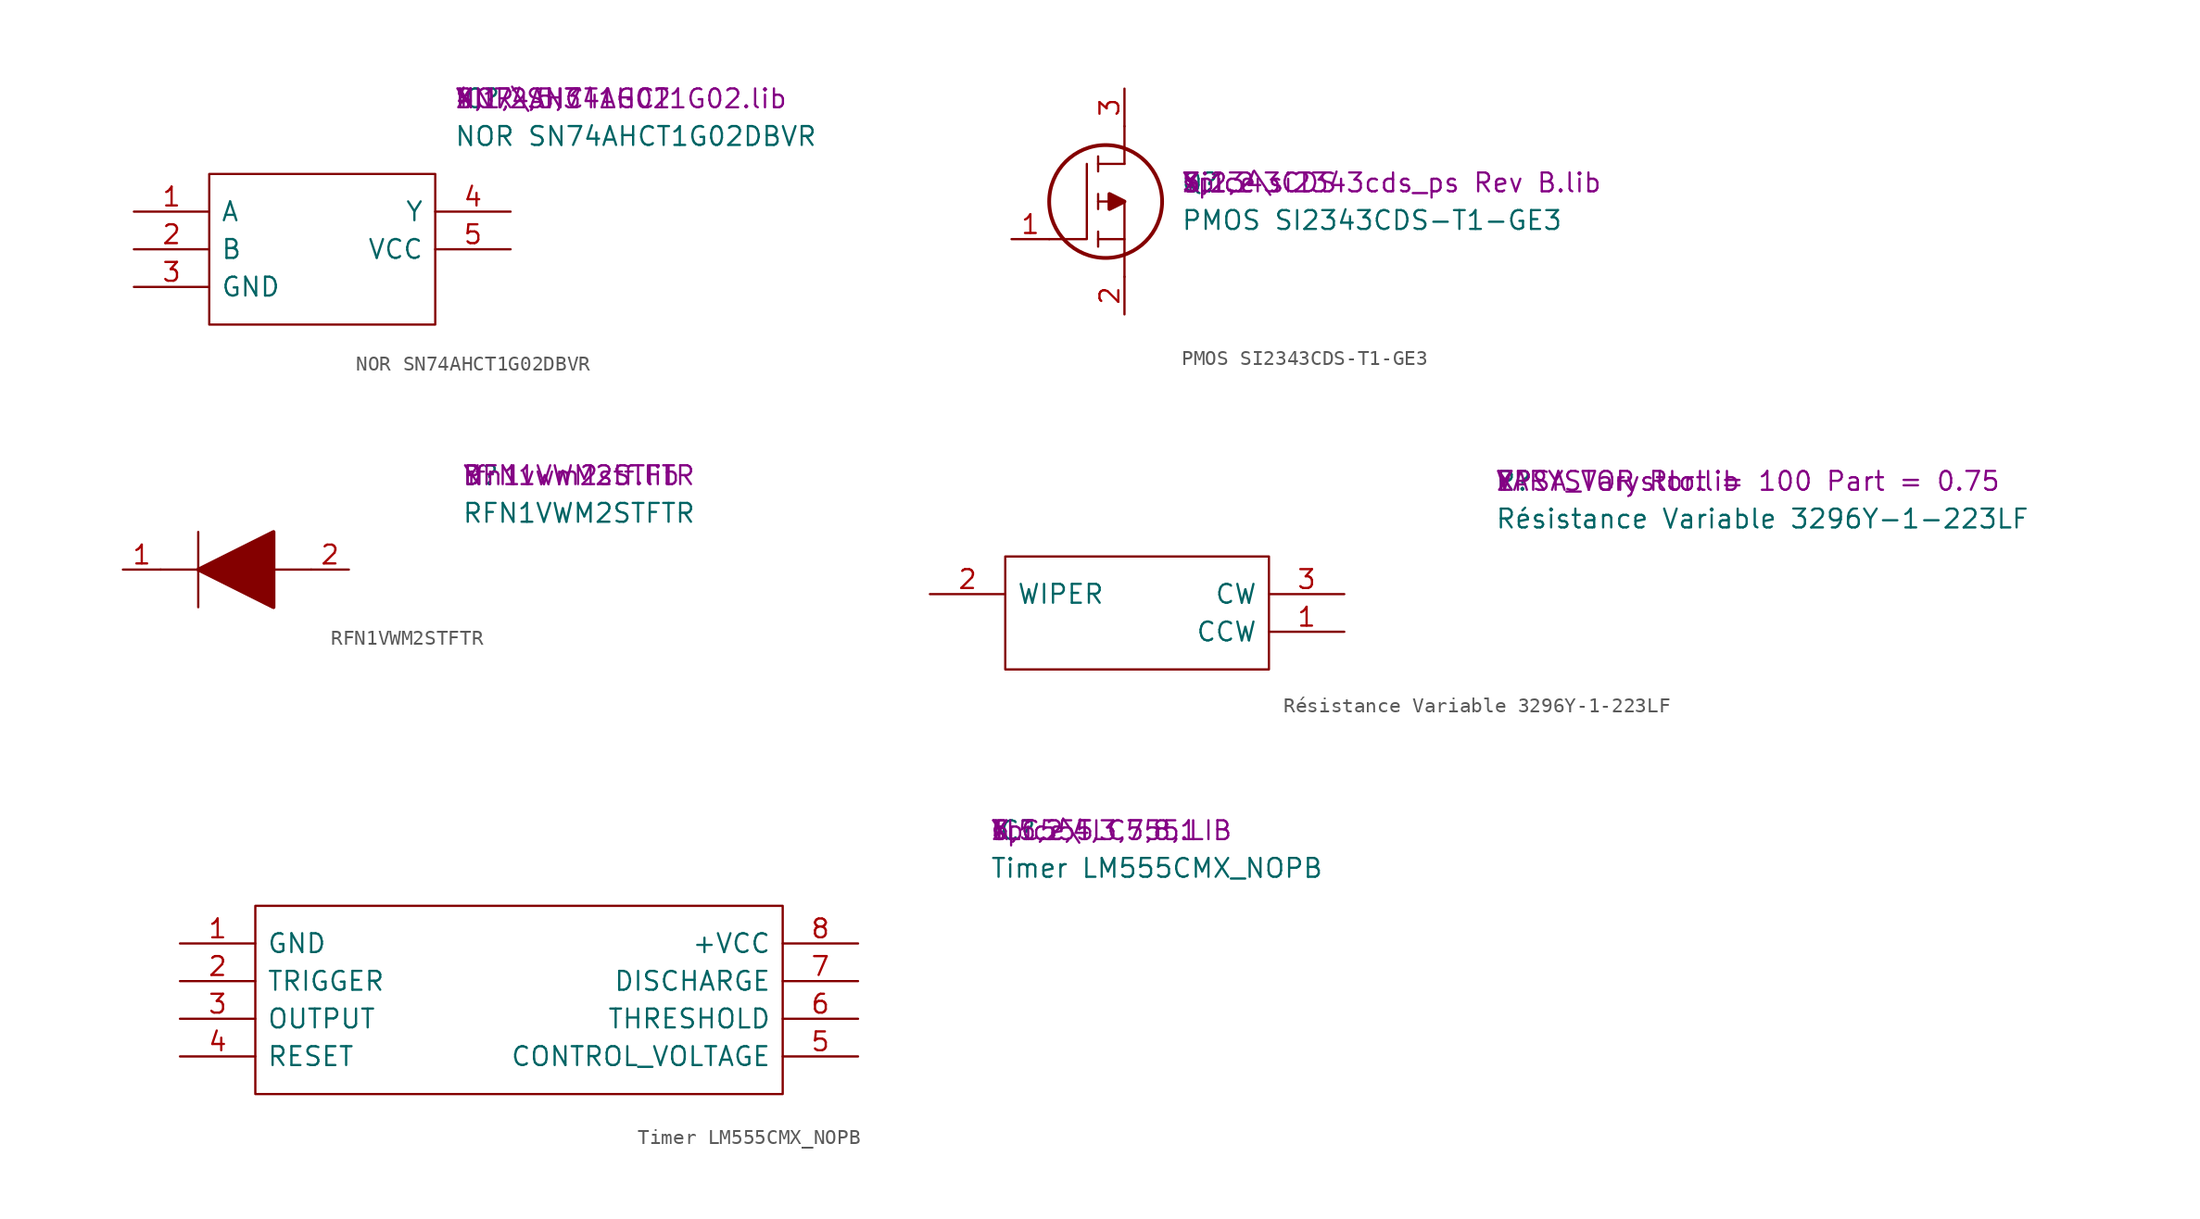
<source format=kicad_sym>
(kicad_symbol_lib
  (version 20211014)
  (generator kicad_symbol_editor)
  (symbol "NOR SN74AHCT1G02DBVR"
    (pin_names
      (offset 0.762))
    (property "Reference" "IC"
      (at 21.59 7.62 0)
      (effects (font (size 1.27 1.27)) (justify left)))
    (property "Value" "NOR SN74AHCT1G02DBVR"
      (at 21.59 5.08 0)
      (effects (font (size 1.27 1.27)) (justify left)))
    (property "Spice_Primitive" "X"
      (at 21.59 7.62 0)
      (effects (font (size 1.27 1.27)) (justify left)))
    (property "Spice_Model" "SN74AHCT1G02"
      (at 21.59 7.62 0)
      (effects (font (size 1.27 1.27)) (justify left)))
    (property "Spice_Netlist_Enabled" "Y"
      (at 21.59 7.62 0)
      (effects (font (size 1.27 1.27)) (justify left)))
    (property "Spice_Node_Sequence" "4,1,2,5,3"
      (at 21.59 7.62 0)
      (effects (font (size 1.27 1.27)) (justify left)))
    (property "Spice_Lib_File" "NOR\\SN74AHCT1G02.lib"
      (at 21.59 7.62 0)
      (effects (font (size 1.27 1.27)) (justify left)))
    (symbol "NOR SN74AHCT1G02DBVR_0_0"
      (pin passive line (at 0 0 0) (length 5.08) (name "A" (effects (font (size 1.27 1.27)))) (number "1" (effects (font (size 1.27 1.27)))))
      (pin passive line (at 0 -2.54 0) (length 5.08) (name "B" (effects (font (size 1.27 1.27)))) (number "2" (effects (font (size 1.27 1.27)))))
      (pin passive line (at 0 -5.08 0) (length 5.08) (name "GND" (effects (font (size 1.27 1.27)))) (number "3" (effects (font (size 1.27 1.27)))))
      (pin passive line (at 25.4 0 180) (length 5.08) (name "Y" (effects (font (size 1.27 1.27)))) (number "4" (effects (font (size 1.27 1.27)))))
      (pin passive line (at 25.4 -2.54 180) (length 5.08) (name "VCC" (effects (font (size 1.27 1.27)))) (number "5" (effects (font (size 1.27 1.27))))))
    (symbol "NOR SN74AHCT1G02DBVR_0_1"
      (polyline (pts (xy 5.08 2.54) (xy 20.32 2.54) (xy 20.32 -7.62) (xy 5.08 -7.62) (xy 5.08 2.54)) (stroke (width 0.152) (type default) (color 0 0 0 0)) (fill (type none)))))
  (symbol "PMOS SI2343CDS-T1-GE3"
    (pin_names
      (offset 0.762))
    (property "Reference" "Q"
      (at 11.43 3.81 0)
      (effects (font (size 1.27 1.27)) (justify left)))
    (property "Value" "PMOS SI2343CDS-T1-GE3"
      (at 11.43 1.27 0)
      (effects (font (size 1.27 1.27)) (justify left)))
    (property "Spice_Primitive" "X"
      (at 11.43 3.81 0)
      (effects (font (size 1.27 1.27)) (justify left)))
    (property "Spice_Model" "Si2343CDS"
      (at 11.43 3.81 0)
      (effects (font (size 1.27 1.27)) (justify left)))
    (property "Spice_Netlist_Enabled" "Y"
      (at 11.43 3.81 0)
      (effects (font (size 1.27 1.27)) (justify left)))
    (property "Spice_Node_Sequence" "3,1,2"
      (at 11.43 3.81 0)
      (effects (font (size 1.27 1.27)) (justify left)))
    (property "Spice_Lib_File" "spice\\si2343cds_ps Rev B.lib"
      (at 11.43 3.81 0)
      (effects (font (size 1.27 1.27)) (justify left)))
    (symbol "PMOS SI2343CDS-T1-GE3_0_0"
      (pin passive line (at 0 0 0) (length 2.54) (name "~" (effects (font (size 1.27 1.27)))) (number "1" (effects (font (size 1.27 1.27)))))
      (pin passive line (at 7.62 -5.08 90) (length 2.54) (name "~" (effects (font (size 1.27 1.27)))) (number "2" (effects (font (size 1.27 1.27)))))
      (pin passive line (at 7.62 10.16 270) (length 2.54) (name "~" (effects (font (size 1.27 1.27)))) (number "3" (effects (font (size 1.27 1.27))))))
    (symbol "PMOS SI2343CDS-T1-GE3_0_1"
      (polyline (pts (xy 5.842 -0.508) (xy 5.842 0.508)) (stroke (width 0.152) (type default) (color 0 0 0 0)) (fill (type none)))
      (polyline (pts (xy 5.842 0) (xy 7.62 0)) (stroke (width 0.152) (type default) (color 0 0 0 0)) (fill (type none)))
      (polyline (pts (xy 5.842 2.032) (xy 5.842 3.048)) (stroke (width 0.152) (type default) (color 0 0 0 0)) (fill (type none)))
      (polyline (pts (xy 5.842 5.588) (xy 5.842 4.572)) (stroke (width 0.152) (type default) (color 0 0 0 0)) (fill (type none)))
      (polyline (pts (xy 7.62 2.54) (xy 5.842 2.54)) (stroke (width 0.152) (type default) (color 0 0 0 0)) (fill (type none)))
      (polyline (pts (xy 7.62 2.54) (xy 7.62 -2.54)) (stroke (width 0.152) (type default) (color 0 0 0 0)) (fill (type none)))
      (polyline (pts (xy 7.62 5.08) (xy 5.842 5.08)) (stroke (width 0.152) (type default) (color 0 0 0 0)) (fill (type none)))
      (polyline (pts (xy 7.62 5.08) (xy 7.62 7.62)) (stroke (width 0.152) (type default) (color 0 0 0 0)) (fill (type none)))
      (polyline (pts (xy 2.54 0) (xy 5.08 0) (xy 5.08 5.08)) (stroke (width 0.152) (type default) (color 0 0 0 0)) (fill (type none)))
      (polyline (pts (xy 7.62 2.54) (xy 6.604 3.048) (xy 6.604 2.032) (xy 7.62 2.54)) (stroke (width 0.254) (type default) (color 0 0 0 0)) (fill (type outline)))
      (circle (center 6.35 2.54) (radius 3.81) (stroke (width 0.254) (type default) (color 0 0 0 0)) (fill (type none)))))
  (symbol "RFN1VWM2STFTR"
    (pin_names
      (offset 0.762))
    (property "Reference" "D"
      (at 22.86 6.35 0)
      (effects (font (size 1.27 1.27)) (justify left)))
    (property "Value" "RFN1VWM2STFTR"
      (at 22.86 3.81 0)
      (effects (font (size 1.27 1.27)) (justify left)))
    (property "Spice_Primitive" "D"
      (at 22.86 6.35 0)
      (effects (font (size 1.27 1.27)) (justify left)))
    (property "Spice_Model" "RFN1VWM2STFTR"
      (at 22.86 6.35 0)
      (effects (font (size 1.27 1.27)) (justify left)))
    (property "Spice_Netlist_Enabled" "Y"
      (at 22.86 6.35 0)
      (effects (font (size 1.27 1.27)) (justify left)))
    (property "Spice_Lib_File" "rfn1vwm2stf.lib"
      (at 22.86 6.35 0)
      (effects (font (size 1.27 1.27)) (justify left)))
    (symbol "RFN1VWM2STFTR_0_0"
      (pin passive line (at 0 0 0) (length 2.54) (name "~" (effects (font (size 1.27 1.27)))) (number "1" (effects (font (size 1.27 1.27)))))
      (pin passive line (at 15.24 0 180) (length 2.54) (name "~" (effects (font (size 1.27 1.27)))) (number "2" (effects (font (size 1.27 1.27))))))
    (symbol "RFN1VWM2STFTR_0_1"
      (polyline (pts (xy 2.54 0) (xy 5.08 0)) (stroke (width 0.152) (type default) (color 0 0 0 0)) (fill (type none)))
      (polyline (pts (xy 5.08 2.54) (xy 5.08 -2.54)) (stroke (width 0.152) (type default) (color 0 0 0 0)) (fill (type none)))
      (polyline (pts (xy 10.16 0) (xy 12.7 0)) (stroke (width 0.152) (type default) (color 0 0 0 0)) (fill (type none)))
      (polyline (pts (xy 5.08 0) (xy 10.16 2.54) (xy 10.16 -2.54) (xy 5.08 0)) (stroke (width 0.254) (type default) (color 0 0 0 0)) (fill (type outline)))))
  (symbol "Résistance Variable 3296Y-1-223LF"
    (pin_names
      (offset 0.762))
    (property "Reference" "R"
      (at 38.1 7.62 0)
      (effects (font (size 1.27 1.27)) (justify left)))
    (property "Value" "Résistance Variable 3296Y-1-223LF"
      (at 38.1 5.08 0)
      (effects (font (size 1.27 1.27)) (justify left)))
    (property "Spice_Primitive" "X"
      (at 38.1 7.62 0)
      (effects (font (size 1.27 1.27)) (justify left)))
    (property "Spice_Model" "VARYSTOR Rtot = 100 Part = 0.75"
      (at 38.1 7.62 0)
      (effects (font (size 1.27 1.27)) (justify left)))
    (property "Spice_Netlist_Enabled" "Y"
      (at 38.1 7.62 0)
      (effects (font (size 1.27 1.27)) (justify left)))
    (property "Spice_Lib_File" "EPSA_Varystor.lib"
      (at 38.1 7.62 0)
      (effects (font (size 1.27 1.27)) (justify left)))
    (symbol "Résistance Variable 3296Y-1-223LF_0_0"
      (pin passive line (at 27.94 -2.54 180) (length 5.08) (name "CCW" (effects (font (size 1.27 1.27)))) (number "1" (effects (font (size 1.27 1.27)))))
      (pin passive line (at 0 0 0) (length 5.08) (name "WIPER" (effects (font (size 1.27 1.27)))) (number "2" (effects (font (size 1.27 1.27)))))
      (pin passive line (at 27.94 0 180) (length 5.08) (name "CW" (effects (font (size 1.27 1.27)))) (number "3" (effects (font (size 1.27 1.27))))))
    (symbol "Résistance Variable 3296Y-1-223LF_0_1"
      (polyline (pts (xy 5.08 2.54) (xy 22.86 2.54) (xy 22.86 -5.08) (xy 5.08 -5.08) (xy 5.08 2.54)) (stroke (width 0.152) (type default) (color 0 0 0 0)) (fill (type none)))))
  (symbol "Timer LM555CMX_NOPB"
    (pin_names
      (offset 0.762))
    (property "Reference" "IC"
      (at 54.61 7.62 0)
      (effects (font (size 1.27 1.27)) (justify left)))
    (property "Value" "Timer LM555CMX_NOPB"
      (at 54.61 5.08 0)
      (effects (font (size 1.27 1.27)) (justify left)))
    (property "Spice_Primitive" "X"
      (at 54.61 7.62 0)
      (effects (font (size 1.27 1.27)) (justify left)))
    (property "Spice_Model" "TLC555"
      (at 54.61 7.62 0)
      (effects (font (size 1.27 1.27)) (justify left)))
    (property "Spice_Netlist_Enabled" "Y"
      (at 54.61 7.62 0)
      (effects (font (size 1.27 1.27)) (justify left)))
    (property "Spice_Lib_File" "spice\\TLC555.LIB"
      (at 54.61 7.62 0)
      (effects (font (size 1.27 1.27)) (justify left)))
    (property "Spice_Node_Sequence" "6,5,2,4,3,7,8,1"
      (at 54.61 7.62 0)
      (effects (font (size 1.27 1.27)) (justify left)))
    (symbol "Timer LM555CMX_NOPB_0_0"
      (pin passive line (at 0 0 0) (length 5.08) (name "GND" (effects (font (size 1.27 1.27)))) (number "1" (effects (font (size 1.27 1.27)))))
      (pin passive line (at 0 -2.54 0) (length 5.08) (name "TRIGGER" (effects (font (size 1.27 1.27)))) (number "2" (effects (font (size 1.27 1.27)))))
      (pin passive line (at 0 -5.08 0) (length 5.08) (name "OUTPUT" (effects (font (size 1.27 1.27)))) (number "3" (effects (font (size 1.27 1.27)))))
      (pin passive line (at 0 -7.62 0) (length 5.08) (name "RESET" (effects (font (size 1.27 1.27)))) (number "4" (effects (font (size 1.27 1.27)))))
      (pin passive line (at 45.72 -7.62 180) (length 5.08) (name "CONTROL_VOLTAGE" (effects (font (size 1.27 1.27)))) (number "5" (effects (font (size 1.27 1.27)))))
      (pin passive line (at 45.72 -5.08 180) (length 5.08) (name "THRESHOLD" (effects (font (size 1.27 1.27)))) (number "6" (effects (font (size 1.27 1.27)))))
      (pin passive line (at 45.72 -2.54 180) (length 5.08) (name "DISCHARGE" (effects (font (size 1.27 1.27)))) (number "7" (effects (font (size 1.27 1.27)))))
      (pin passive line (at 45.72 0 180) (length 5.08) (name "+VCC" (effects (font (size 1.27 1.27)))) (number "8" (effects (font (size 1.27 1.27))))))
    (symbol "Timer LM555CMX_NOPB_0_1"
      (polyline (pts (xy 5.08 2.54) (xy 40.64 2.54) (xy 40.64 -10.16) (xy 5.08 -10.16) (xy 5.08 2.54)) (stroke (width 0.152) (type default) (color 0 0 0 0)) (fill (type none))))))
</source>
